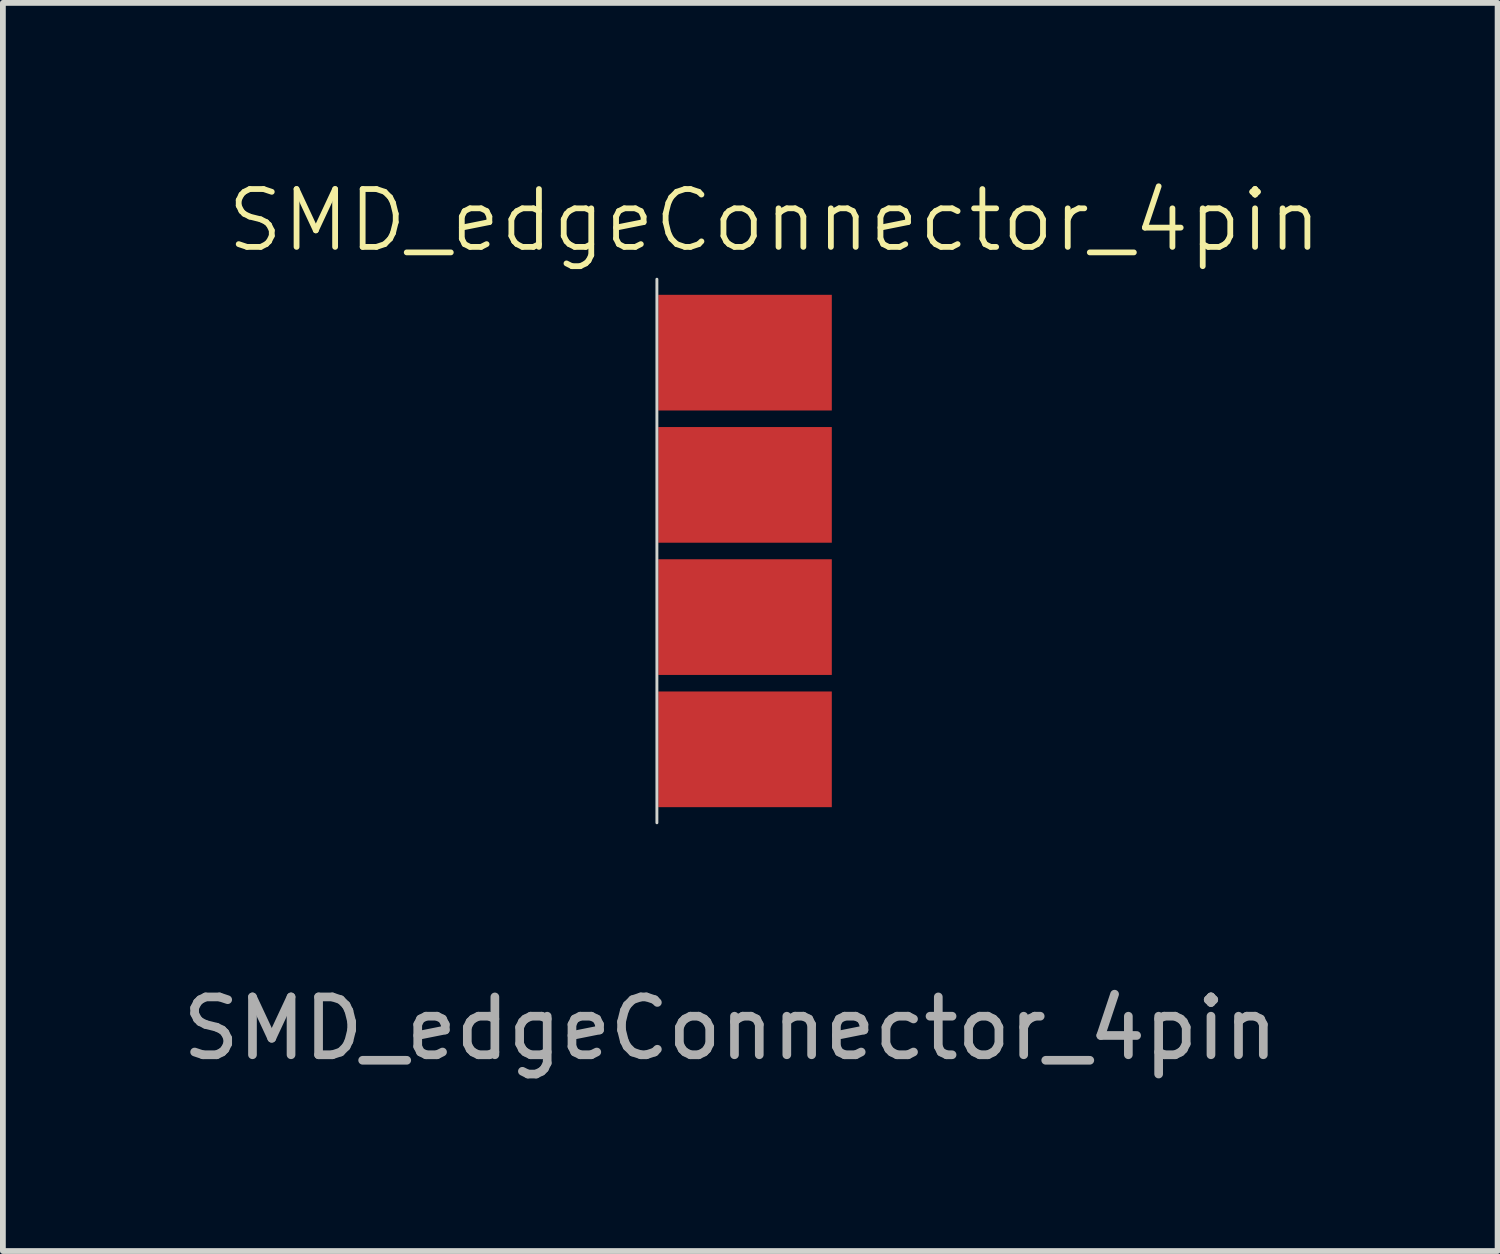
<source format=kicad_pcb>
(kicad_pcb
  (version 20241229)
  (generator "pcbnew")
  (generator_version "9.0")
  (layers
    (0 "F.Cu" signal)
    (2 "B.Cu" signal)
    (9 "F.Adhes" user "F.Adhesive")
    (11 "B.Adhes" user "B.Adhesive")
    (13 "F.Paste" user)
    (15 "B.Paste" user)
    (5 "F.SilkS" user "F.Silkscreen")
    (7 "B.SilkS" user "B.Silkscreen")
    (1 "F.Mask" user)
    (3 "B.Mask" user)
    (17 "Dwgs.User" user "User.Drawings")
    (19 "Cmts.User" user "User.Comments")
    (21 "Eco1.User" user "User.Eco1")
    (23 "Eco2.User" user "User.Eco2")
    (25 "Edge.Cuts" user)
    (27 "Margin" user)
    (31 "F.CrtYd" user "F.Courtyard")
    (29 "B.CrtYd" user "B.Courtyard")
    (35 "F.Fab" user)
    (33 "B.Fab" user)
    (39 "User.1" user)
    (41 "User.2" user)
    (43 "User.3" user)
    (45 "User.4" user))
  (footprint "SMD_edgeConnector_4pin"
    (layer "F.Cu")
    (at 9.831 9.905)
    (property "Reference" "SMD_edgeConnector_4pin" (at 0.508 -9.144 0) (unlocked yes) (layer "F.SilkS") (effects (font (size 1 1) (thickness 0.1))))
    (attr smd)
    (fp_line (start -1.524 -8.128) (end -1.524 1.27) (stroke (width 0.05) (type default)) (layer "Edge.Cuts"))
    (fp_text user "${REFERENCE}" (at -0.254 4.826 0) (unlocked yes) (layer "F.Fab") (effects (font (size 1 1) (thickness 0.15))))
    (pad "1" connect rect (at 0 0) (size 3 2) (layers "F.Cu" "F.Mask"))
    (pad "2" connect rect (at 0 -2.286) (size 3 2) (layers "F.Cu" "F.Mask"))
    (pad "3" connect rect (at 0 -4.572) (size 3 2) (layers "F.Cu" "F.Mask"))
    (pad "4" connect rect (at 0 -6.858) (size 3 2) (layers "F.Cu" "F.Mask")))
  (gr_rect
    (start -3 -3)
    (end 22.842 18.579)
    (stroke (width 0.1) (type default))
    (fill no)
    (layer "Edge.Cuts")))
</source>
